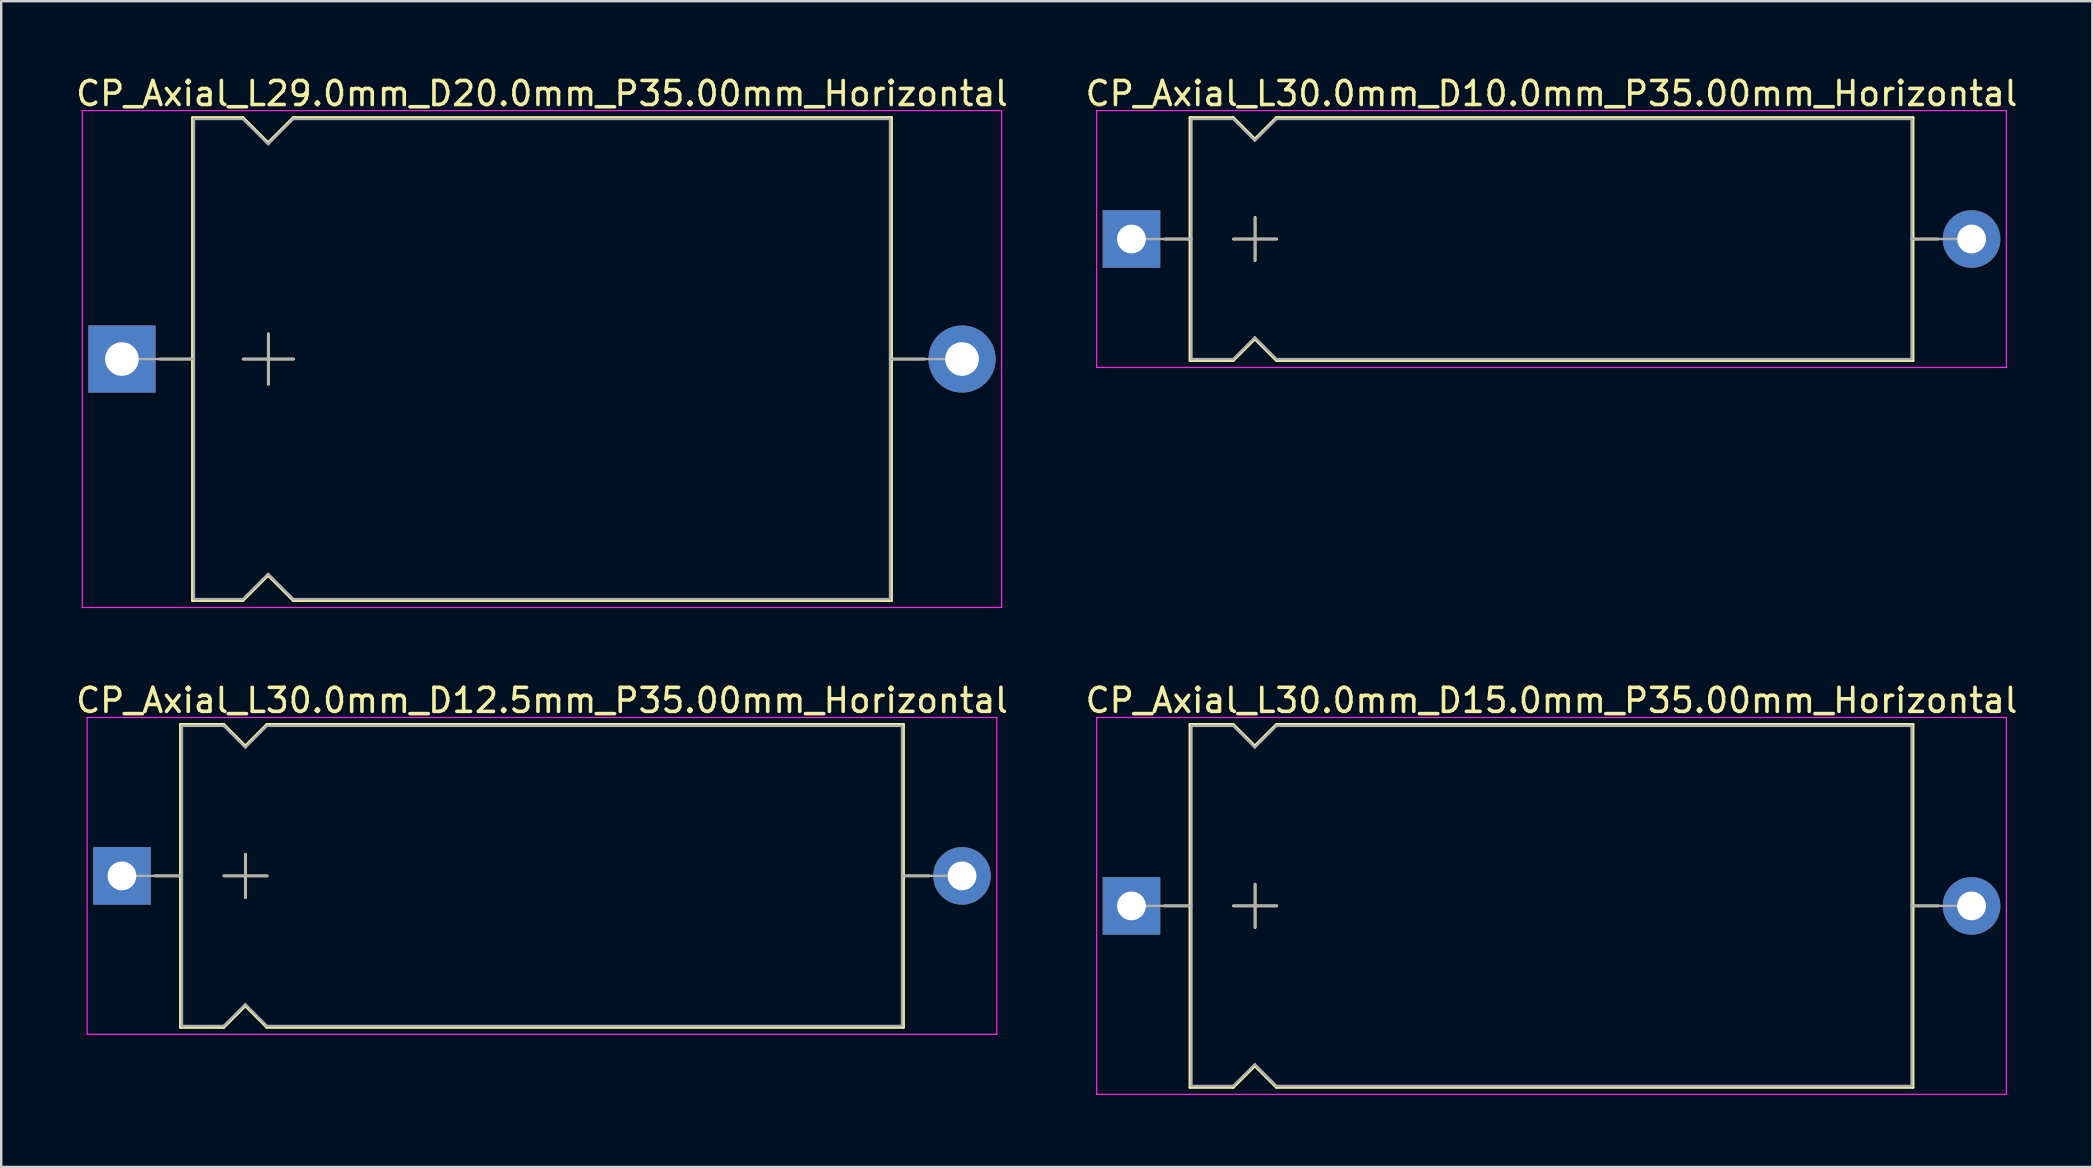
<source format=kicad_pcb>
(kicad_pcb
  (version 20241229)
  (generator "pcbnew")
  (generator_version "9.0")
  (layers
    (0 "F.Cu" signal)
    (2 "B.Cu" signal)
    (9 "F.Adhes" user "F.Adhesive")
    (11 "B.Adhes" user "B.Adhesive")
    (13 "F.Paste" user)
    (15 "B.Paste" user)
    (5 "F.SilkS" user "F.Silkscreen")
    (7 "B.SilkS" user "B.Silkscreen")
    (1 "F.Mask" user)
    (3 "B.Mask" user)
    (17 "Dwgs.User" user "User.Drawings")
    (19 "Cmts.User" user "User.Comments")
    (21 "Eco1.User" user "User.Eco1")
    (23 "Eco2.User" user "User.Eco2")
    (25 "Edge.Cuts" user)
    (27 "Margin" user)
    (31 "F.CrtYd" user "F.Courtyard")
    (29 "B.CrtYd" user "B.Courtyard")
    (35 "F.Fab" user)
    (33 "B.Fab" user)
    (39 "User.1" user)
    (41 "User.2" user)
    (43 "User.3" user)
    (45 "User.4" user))
  (footprint "CP_Axial_L30.0mm_D15.0mm_P35.00mm_Horizontal"
    (layer "F.Cu")
    (at 44.089 34.691)
    (property "Reference" "CP_Axial_L30.0mm_D15.0mm_P35.00mm_Horizontal" (at 17.5 -8.56 0) (layer "F.SilkS") (effects (font (size 1 1) (thickness 0.15))))
    (attr through_hole)
    (fp_line (start 1.38 0) (end 2.44 0) (stroke (width 0.12) (type solid)) (layer "F.SilkS"))
    (fp_line (start 2.44 -7.56) (end 2.44 7.56) (stroke (width 0.12) (type solid)) (layer "F.SilkS"))
    (fp_line (start 2.44 -7.56) (end 4.24 -7.56) (stroke (width 0.12) (type solid)) (layer "F.SilkS"))
    (fp_line (start 2.44 7.56) (end 4.24 7.56) (stroke (width 0.12) (type solid)) (layer "F.SilkS"))
    (fp_line (start 4.24 -7.56) (end 5.14 -6.66) (stroke (width 0.12) (type solid)) (layer "F.SilkS"))
    (fp_line (start 4.24 7.56) (end 5.14 6.66) (stroke (width 0.12) (type solid)) (layer "F.SilkS"))
    (fp_line (start 4.25 0) (end 6.05 0) (stroke (width 0.12) (type solid)) (layer "F.SilkS"))
    (fp_line (start 5.14 -6.66) (end 6.04 -7.56) (stroke (width 0.12) (type solid)) (layer "F.SilkS"))
    (fp_line (start 5.14 6.66) (end 6.04 7.56) (stroke (width 0.12) (type solid)) (layer "F.SilkS"))
    (fp_line (start 5.15 -0.9) (end 5.15 0.9) (stroke (width 0.12) (type solid)) (layer "F.SilkS"))
    (fp_line (start 6.04 -7.56) (end 32.56 -7.56) (stroke (width 0.12) (type solid)) (layer "F.SilkS"))
    (fp_line (start 6.04 7.56) (end 32.56 7.56) (stroke (width 0.12) (type solid)) (layer "F.SilkS"))
    (fp_line (start 32.56 -7.56) (end 32.56 7.56) (stroke (width 0.12) (type solid)) (layer "F.SilkS"))
    (fp_line (start 33.62 0) (end 32.56 0) (stroke (width 0.12) (type solid)) (layer "F.SilkS"))
    (fp_line (start -1.45 -7.85) (end -1.45 7.85) (stroke (width 0.05) (type solid)) (layer "F.CrtYd"))
    (fp_line (start -1.45 7.85) (end 36.45 7.85) (stroke (width 0.05) (type solid)) (layer "F.CrtYd"))
    (fp_line (start 36.45 -7.85) (end -1.45 -7.85) (stroke (width 0.05) (type solid)) (layer "F.CrtYd"))
    (fp_line (start 36.45 7.85) (end 36.45 -7.85) (stroke (width 0.05) (type solid)) (layer "F.CrtYd"))
    (fp_line (start 0 0) (end 2.5 0) (stroke (width 0.1) (type solid)) (layer "F.Fab"))
    (fp_line (start 2.5 -7.5) (end 2.5 7.5) (stroke (width 0.1) (type solid)) (layer "F.Fab"))
    (fp_line (start 2.5 -7.5) (end 4.24 -7.5) (stroke (width 0.1) (type solid)) (layer "F.Fab"))
    (fp_line (start 2.5 7.5) (end 4.24 7.5) (stroke (width 0.1) (type solid)) (layer "F.Fab"))
    (fp_line (start 4.24 -7.5) (end 5.14 -6.6) (stroke (width 0.1) (type solid)) (layer "F.Fab"))
    (fp_line (start 4.24 7.5) (end 5.14 6.6) (stroke (width 0.1) (type solid)) (layer "F.Fab"))
    (fp_line (start 4.25 0) (end 6.05 0) (stroke (width 0.1) (type solid)) (layer "F.Fab"))
    (fp_line (start 5.14 -6.6) (end 6.04 -7.5) (stroke (width 0.1) (type solid)) (layer "F.Fab"))
    (fp_line (start 5.14 6.6) (end 6.04 7.5) (stroke (width 0.1) (type solid)) (layer "F.Fab"))
    (fp_line (start 5.15 -0.9) (end 5.15 0.9) (stroke (width 0.1) (type solid)) (layer "F.Fab"))
    (fp_line (start 6.04 -7.5) (end 32.5 -7.5) (stroke (width 0.1) (type solid)) (layer "F.Fab"))
    (fp_line (start 6.04 7.5) (end 32.5 7.5) (stroke (width 0.1) (type solid)) (layer "F.Fab"))
    (fp_line (start 32.5 -7.5) (end 32.5 7.5) (stroke (width 0.1) (type solid)) (layer "F.Fab"))
    (fp_line (start 35 0) (end 32.5 0) (stroke (width 0.1) (type solid)) (layer "F.Fab"))
    (pad "1" thru_hole rect (at 0 0) (size 2.4 2.4) (drill 1.2) (layers "*.Cu" "*.Mask"))
    (pad "2" thru_hole oval (at 35 0) (size 2.4 2.4) (drill 1.2) (layers "*.Cu" "*.Mask")))
  (footprint "CP_Axial_L29.0mm_D20.0mm_P35.00mm_Horizontal"
    (layer "F.Cu")
    (at 2.03 11.908)
    (property "Reference" "CP_Axial_L29.0mm_D20.0mm_P35.00mm_Horizontal" (at 17.5 -11.06 0) (layer "F.SilkS") (effects (font (size 1 1) (thickness 0.15))))
    (attr through_hole)
    (fp_line (start 1.58 0) (end 2.94 0) (stroke (width 0.12) (type solid)) (layer "F.SilkS"))
    (fp_line (start 2.94 -10.06) (end 2.94 10.06) (stroke (width 0.12) (type solid)) (layer "F.SilkS"))
    (fp_line (start 2.94 -10.06) (end 5.04 -10.06) (stroke (width 0.12) (type solid)) (layer "F.SilkS"))
    (fp_line (start 2.94 10.06) (end 5.04 10.06) (stroke (width 0.12) (type solid)) (layer "F.SilkS"))
    (fp_line (start 5.04 -10.06) (end 6.09 -9.01) (stroke (width 0.12) (type solid)) (layer "F.SilkS"))
    (fp_line (start 5.04 10.06) (end 6.09 9.01) (stroke (width 0.12) (type solid)) (layer "F.SilkS"))
    (fp_line (start 5.05 0) (end 7.15 0) (stroke (width 0.12) (type solid)) (layer "F.SilkS"))
    (fp_line (start 6.09 -9.01) (end 7.14 -10.06) (stroke (width 0.12) (type solid)) (layer "F.SilkS"))
    (fp_line (start 6.09 9.01) (end 7.14 10.06) (stroke (width 0.12) (type solid)) (layer "F.SilkS"))
    (fp_line (start 6.1 -1.05) (end 6.1 1.05) (stroke (width 0.12) (type solid)) (layer "F.SilkS"))
    (fp_line (start 7.14 -10.06) (end 32.06 -10.06) (stroke (width 0.12) (type solid)) (layer "F.SilkS"))
    (fp_line (start 7.14 10.06) (end 32.06 10.06) (stroke (width 0.12) (type solid)) (layer "F.SilkS"))
    (fp_line (start 32.06 -10.06) (end 32.06 10.06) (stroke (width 0.12) (type solid)) (layer "F.SilkS"))
    (fp_line (start 33.42 0) (end 32.06 0) (stroke (width 0.12) (type solid)) (layer "F.SilkS"))
    (fp_line (start -1.65 -10.35) (end -1.65 10.35) (stroke (width 0.05) (type solid)) (layer "F.CrtYd"))
    (fp_line (start -1.65 10.35) (end 36.65 10.35) (stroke (width 0.05) (type solid)) (layer "F.CrtYd"))
    (fp_line (start 36.65 -10.35) (end -1.65 -10.35) (stroke (width 0.05) (type solid)) (layer "F.CrtYd"))
    (fp_line (start 36.65 10.35) (end 36.65 -10.35) (stroke (width 0.05) (type solid)) (layer "F.CrtYd"))
    (fp_line (start 0 0) (end 3 0) (stroke (width 0.1) (type solid)) (layer "F.Fab"))
    (fp_line (start 3 -10) (end 3 10) (stroke (width 0.1) (type solid)) (layer "F.Fab"))
    (fp_line (start 3 -10) (end 5.04 -10) (stroke (width 0.1) (type solid)) (layer "F.Fab"))
    (fp_line (start 3 10) (end 5.04 10) (stroke (width 0.1) (type solid)) (layer "F.Fab"))
    (fp_line (start 5.04 -10) (end 6.09 -8.95) (stroke (width 0.1) (type solid)) (layer "F.Fab"))
    (fp_line (start 5.04 10) (end 6.09 8.95) (stroke (width 0.1) (type solid)) (layer "F.Fab"))
    (fp_line (start 5.05 0) (end 7.15 0) (stroke (width 0.1) (type solid)) (layer "F.Fab"))
    (fp_line (start 6.09 -8.95) (end 7.14 -10) (stroke (width 0.1) (type solid)) (layer "F.Fab"))
    (fp_line (start 6.09 8.95) (end 7.14 10) (stroke (width 0.1) (type solid)) (layer "F.Fab"))
    (fp_line (start 6.1 -1.05) (end 6.1 1.05) (stroke (width 0.1) (type solid)) (layer "F.Fab"))
    (fp_line (start 7.14 -10) (end 32 -10) (stroke (width 0.1) (type solid)) (layer "F.Fab"))
    (fp_line (start 7.14 10) (end 32 10) (stroke (width 0.1) (type solid)) (layer "F.Fab"))
    (fp_line (start 32 -10) (end 32 10) (stroke (width 0.1) (type solid)) (layer "F.Fab"))
    (fp_line (start 35 0) (end 32 0) (stroke (width 0.1) (type solid)) (layer "F.Fab"))
    (pad "1" thru_hole rect (at 0 0) (size 2.8 2.8) (drill 1.4) (layers "*.Cu" "*.Mask"))
    (pad "2" thru_hole oval (at 35 0) (size 2.8 2.8) (drill 1.4) (layers "*.Cu" "*.Mask")))
  (footprint "CP_Axial_L30.0mm_D12.5mm_P35.00mm_Horizontal"
    (layer "F.Cu")
    (at 2.03 33.441)
    (property "Reference" "CP_Axial_L30.0mm_D12.5mm_P35.00mm_Horizontal" (at 17.5 -7.31 0) (layer "F.SilkS") (effects (font (size 1 1) (thickness 0.15))))
    (attr through_hole)
    (fp_line (start 1.38 0) (end 2.44 0) (stroke (width 0.12) (type solid)) (layer "F.SilkS"))
    (fp_line (start 2.44 -6.31) (end 2.44 6.31) (stroke (width 0.12) (type solid)) (layer "F.SilkS"))
    (fp_line (start 2.44 -6.31) (end 4.24 -6.31) (stroke (width 0.12) (type solid)) (layer "F.SilkS"))
    (fp_line (start 2.44 6.31) (end 4.24 6.31) (stroke (width 0.12) (type solid)) (layer "F.SilkS"))
    (fp_line (start 4.24 -6.31) (end 5.14 -5.41) (stroke (width 0.12) (type solid)) (layer "F.SilkS"))
    (fp_line (start 4.24 6.31) (end 5.14 5.41) (stroke (width 0.12) (type solid)) (layer "F.SilkS"))
    (fp_line (start 4.25 0) (end 6.05 0) (stroke (width 0.12) (type solid)) (layer "F.SilkS"))
    (fp_line (start 5.14 -5.41) (end 6.04 -6.31) (stroke (width 0.12) (type solid)) (layer "F.SilkS"))
    (fp_line (start 5.14 5.41) (end 6.04 6.31) (stroke (width 0.12) (type solid)) (layer "F.SilkS"))
    (fp_line (start 5.15 -0.9) (end 5.15 0.9) (stroke (width 0.12) (type solid)) (layer "F.SilkS"))
    (fp_line (start 6.04 -6.31) (end 32.56 -6.31) (stroke (width 0.12) (type solid)) (layer "F.SilkS"))
    (fp_line (start 6.04 6.31) (end 32.56 6.31) (stroke (width 0.12) (type solid)) (layer "F.SilkS"))
    (fp_line (start 32.56 -6.31) (end 32.56 6.31) (stroke (width 0.12) (type solid)) (layer "F.SilkS"))
    (fp_line (start 33.62 0) (end 32.56 0) (stroke (width 0.12) (type solid)) (layer "F.SilkS"))
    (fp_line (start -1.45 -6.6) (end -1.45 6.6) (stroke (width 0.05) (type solid)) (layer "F.CrtYd"))
    (fp_line (start -1.45 6.6) (end 36.45 6.6) (stroke (width 0.05) (type solid)) (layer "F.CrtYd"))
    (fp_line (start 36.45 -6.6) (end -1.45 -6.6) (stroke (width 0.05) (type solid)) (layer "F.CrtYd"))
    (fp_line (start 36.45 6.6) (end 36.45 -6.6) (stroke (width 0.05) (type solid)) (layer "F.CrtYd"))
    (fp_line (start 0 0) (end 2.5 0) (stroke (width 0.1) (type solid)) (layer "F.Fab"))
    (fp_line (start 2.5 -6.25) (end 2.5 6.25) (stroke (width 0.1) (type solid)) (layer "F.Fab"))
    (fp_line (start 2.5 -6.25) (end 4.24 -6.25) (stroke (width 0.1) (type solid)) (layer "F.Fab"))
    (fp_line (start 2.5 6.25) (end 4.24 6.25) (stroke (width 0.1) (type solid)) (layer "F.Fab"))
    (fp_line (start 4.24 -6.25) (end 5.14 -5.35) (stroke (width 0.1) (type solid)) (layer "F.Fab"))
    (fp_line (start 4.24 6.25) (end 5.14 5.35) (stroke (width 0.1) (type solid)) (layer "F.Fab"))
    (fp_line (start 4.25 0) (end 6.05 0) (stroke (width 0.1) (type solid)) (layer "F.Fab"))
    (fp_line (start 5.14 -5.35) (end 6.04 -6.25) (stroke (width 0.1) (type solid)) (layer "F.Fab"))
    (fp_line (start 5.14 5.35) (end 6.04 6.25) (stroke (width 0.1) (type solid)) (layer "F.Fab"))
    (fp_line (start 5.15 -0.9) (end 5.15 0.9) (stroke (width 0.1) (type solid)) (layer "F.Fab"))
    (fp_line (start 6.04 -6.25) (end 32.5 -6.25) (stroke (width 0.1) (type solid)) (layer "F.Fab"))
    (fp_line (start 6.04 6.25) (end 32.5 6.25) (stroke (width 0.1) (type solid)) (layer "F.Fab"))
    (fp_line (start 32.5 -6.25) (end 32.5 6.25) (stroke (width 0.1) (type solid)) (layer "F.Fab"))
    (fp_line (start 35 0) (end 32.5 0) (stroke (width 0.1) (type solid)) (layer "F.Fab"))
    (pad "1" thru_hole rect (at 0 0) (size 2.4 2.4) (drill 1.2) (layers "*.Cu" "*.Mask"))
    (pad "2" thru_hole oval (at 35 0) (size 2.4 2.4) (drill 1.2) (layers "*.Cu" "*.Mask")))
  (footprint "CP_Axial_L30.0mm_D10.0mm_P35.00mm_Horizontal"
    (layer "F.Cu")
    (at 44.089 6.908)
    (property "Reference" "CP_Axial_L30.0mm_D10.0mm_P35.00mm_Horizontal" (at 17.5 -6.06 0) (layer "F.SilkS") (effects (font (size 1 1) (thickness 0.15))))
    (attr through_hole)
    (fp_line (start 1.38 0) (end 2.44 0) (stroke (width 0.12) (type solid)) (layer "F.SilkS"))
    (fp_line (start 2.44 -5.06) (end 2.44 5.06) (stroke (width 0.12) (type solid)) (layer "F.SilkS"))
    (fp_line (start 2.44 -5.06) (end 4.24 -5.06) (stroke (width 0.12) (type solid)) (layer "F.SilkS"))
    (fp_line (start 2.44 5.06) (end 4.24 5.06) (stroke (width 0.12) (type solid)) (layer "F.SilkS"))
    (fp_line (start 4.24 -5.06) (end 5.14 -4.16) (stroke (width 0.12) (type solid)) (layer "F.SilkS"))
    (fp_line (start 4.24 5.06) (end 5.14 4.16) (stroke (width 0.12) (type solid)) (layer "F.SilkS"))
    (fp_line (start 4.25 0) (end 6.05 0) (stroke (width 0.12) (type solid)) (layer "F.SilkS"))
    (fp_line (start 5.14 -4.16) (end 6.04 -5.06) (stroke (width 0.12) (type solid)) (layer "F.SilkS"))
    (fp_line (start 5.14 4.16) (end 6.04 5.06) (stroke (width 0.12) (type solid)) (layer "F.SilkS"))
    (fp_line (start 5.15 -0.9) (end 5.15 0.9) (stroke (width 0.12) (type solid)) (layer "F.SilkS"))
    (fp_line (start 6.04 -5.06) (end 32.56 -5.06) (stroke (width 0.12) (type solid)) (layer "F.SilkS"))
    (fp_line (start 6.04 5.06) (end 32.56 5.06) (stroke (width 0.12) (type solid)) (layer "F.SilkS"))
    (fp_line (start 32.56 -5.06) (end 32.56 5.06) (stroke (width 0.12) (type solid)) (layer "F.SilkS"))
    (fp_line (start 33.62 0) (end 32.56 0) (stroke (width 0.12) (type solid)) (layer "F.SilkS"))
    (fp_line (start -1.45 -5.35) (end -1.45 5.35) (stroke (width 0.05) (type solid)) (layer "F.CrtYd"))
    (fp_line (start -1.45 5.35) (end 36.45 5.35) (stroke (width 0.05) (type solid)) (layer "F.CrtYd"))
    (fp_line (start 36.45 -5.35) (end -1.45 -5.35) (stroke (width 0.05) (type solid)) (layer "F.CrtYd"))
    (fp_line (start 36.45 5.35) (end 36.45 -5.35) (stroke (width 0.05) (type solid)) (layer "F.CrtYd"))
    (fp_line (start 0 0) (end 2.5 0) (stroke (width 0.1) (type solid)) (layer "F.Fab"))
    (fp_line (start 2.5 -5) (end 2.5 5) (stroke (width 0.1) (type solid)) (layer "F.Fab"))
    (fp_line (start 2.5 -5) (end 4.24 -5) (stroke (width 0.1) (type solid)) (layer "F.Fab"))
    (fp_line (start 2.5 5) (end 4.24 5) (stroke (width 0.1) (type solid)) (layer "F.Fab"))
    (fp_line (start 4.24 -5) (end 5.14 -4.1) (stroke (width 0.1) (type solid)) (layer "F.Fab"))
    (fp_line (start 4.24 5) (end 5.14 4.1) (stroke (width 0.1) (type solid)) (layer "F.Fab"))
    (fp_line (start 4.25 0) (end 6.05 0) (stroke (width 0.1) (type solid)) (layer "F.Fab"))
    (fp_line (start 5.14 -4.1) (end 6.04 -5) (stroke (width 0.1) (type solid)) (layer "F.Fab"))
    (fp_line (start 5.14 4.1) (end 6.04 5) (stroke (width 0.1) (type solid)) (layer "F.Fab"))
    (fp_line (start 5.15 -0.9) (end 5.15 0.9) (stroke (width 0.1) (type solid)) (layer "F.Fab"))
    (fp_line (start 6.04 -5) (end 32.5 -5) (stroke (width 0.1) (type solid)) (layer "F.Fab"))
    (fp_line (start 6.04 5) (end 32.5 5) (stroke (width 0.1) (type solid)) (layer "F.Fab"))
    (fp_line (start 32.5 -5) (end 32.5 5) (stroke (width 0.1) (type solid)) (layer "F.Fab"))
    (fp_line (start 35 0) (end 32.5 0) (stroke (width 0.1) (type solid)) (layer "F.Fab"))
    (pad "1" thru_hole rect (at 0 0) (size 2.4 2.4) (drill 1.2) (layers "*.Cu" "*.Mask"))
    (pad "2" thru_hole oval (at 35 0) (size 2.4 2.4) (drill 1.2) (layers "*.Cu" "*.Mask")))
  (gr_rect
    (start -3 -3)
    (end 84.119 45.566)
    (stroke (width 0.1) (type default))
    (fill no)
    (layer "Edge.Cuts")))
</source>
